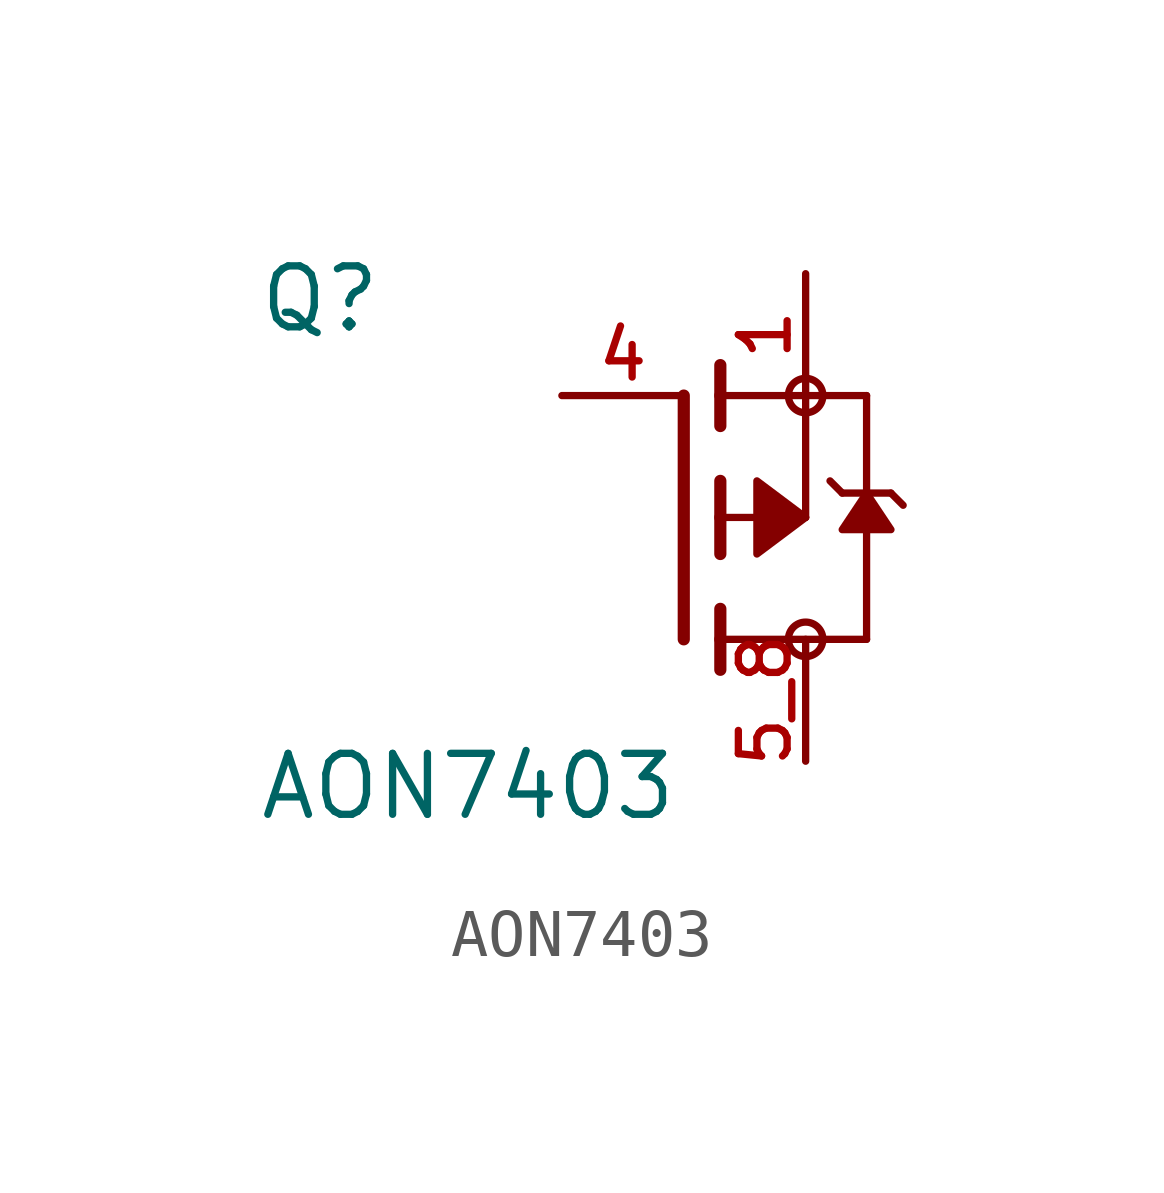
<source format=kicad_sym>
(kicad_symbol_lib
  (version 20211014)
  (generator kicad_symbol_editor)
  (symbol "AON7403"
    (pin_names
      (offset 1.016))
    (property "Reference" "Q"
      (at -8.89 3.81 0)
      (effects (font (size 1.27 1.27)) (justify bottom left)))
    (property "Value" "AON7403"
      (at -8.89 -6.35 0)
      (effects (font (size 1.27 1.27)) (justify bottom left)))
    (symbol "AON7403_0_0"
      (polyline (pts (xy 0.762 -0.762) (xy 0.762 0.0)) (stroke (width 0.254)))
      (polyline (pts (xy 0.762 0.0) (xy 0.762 0.762)) (stroke (width 0.254)))
      (polyline (pts (xy 0.762 -3.175) (xy 0.762 -2.54)) (stroke (width 0.254)))
      (polyline (pts (xy 0.762 -2.54) (xy 0.762 -1.905)) (stroke (width 0.254)))
      (polyline (pts (xy 0.762 0.0) (xy 2.54 0.0)) (stroke (width 0.152)))
      (polyline (pts (xy 2.54 0.0) (xy 2.54 2.54)) (stroke (width 0.152)))
      (polyline (pts (xy 0.762 1.905) (xy 0.762 2.54)) (stroke (width 0.254)))
      (polyline (pts (xy 0.762 2.54) (xy 0.762 3.175)) (stroke (width 0.254)))
      (polyline (pts (xy 0.0 -2.54) (xy 0.0 2.54)) (stroke (width 0.254)))
      (polyline (pts (xy 2.54 2.54) (xy 0.762 2.54)) (stroke (width 0.152)))
      (polyline (pts (xy 3.81 -2.54) (xy 3.81 0.508)) (stroke (width 0.152)))
      (polyline (pts (xy 3.81 0.508) (xy 3.81 2.54)) (stroke (width 0.152)))
      (polyline (pts (xy 2.54 2.54) (xy 3.81 2.54)) (stroke (width 0.152)))
      (polyline (pts (xy 0.762 -2.54) (xy 3.81 -2.54)) (stroke (width 0.152)))
      (polyline (pts (xy 3.048 0.762) (xy 3.302 0.508)) (stroke (width 0.152)))
      (polyline (pts (xy 3.302 0.508) (xy 3.81 0.508)) (stroke (width 0.152)))
      (polyline (pts (xy 3.81 0.508) (xy 4.318 0.508)) (stroke (width 0.152)))
      (polyline (pts (xy 4.318 0.508) (xy 4.572 0.254)) (stroke (width 0.152)))
      (circle (center 2.54 2.54) (radius 0.359) (stroke (width 0.0)) (fill (type none)))
      (circle (center 2.54 -2.54) (radius 0.359) (stroke (width 0.0)) (fill (type none)))
      (polyline (pts (xy 3.81 0.508) (xy 4.318 -0.254) (xy 3.302 -0.254) (xy 3.81 0.508)) (stroke (width 0.152)) (fill (type outline)))
      (polyline (pts (xy 2.54 0.0) (xy 1.524 0.762) (xy 1.524 -0.762) (xy 2.54 0.0)) (stroke (width 0.152)) (fill (type outline)))
      (pin passive line (at 2.54 5.08 270.0) (length 2.54) (name "~" (effects (font (size 1.016 1.016)))) (number "1" (effects (font (size 1.016 1.016)))))
      (pin passive line (at -2.54 2.54 0) (length 2.54) (name "~" (effects (font (size 1.016 1.016)))) (number "4" (effects (font (size 1.016 1.016)))))
      (pin passive line (at 2.54 -5.08 90.0) (length 2.54) (name "~" (effects (font (size 1.016 1.016)))) (number "5_8" (effects (font (size 1.016 1.016))))))))
</source>
